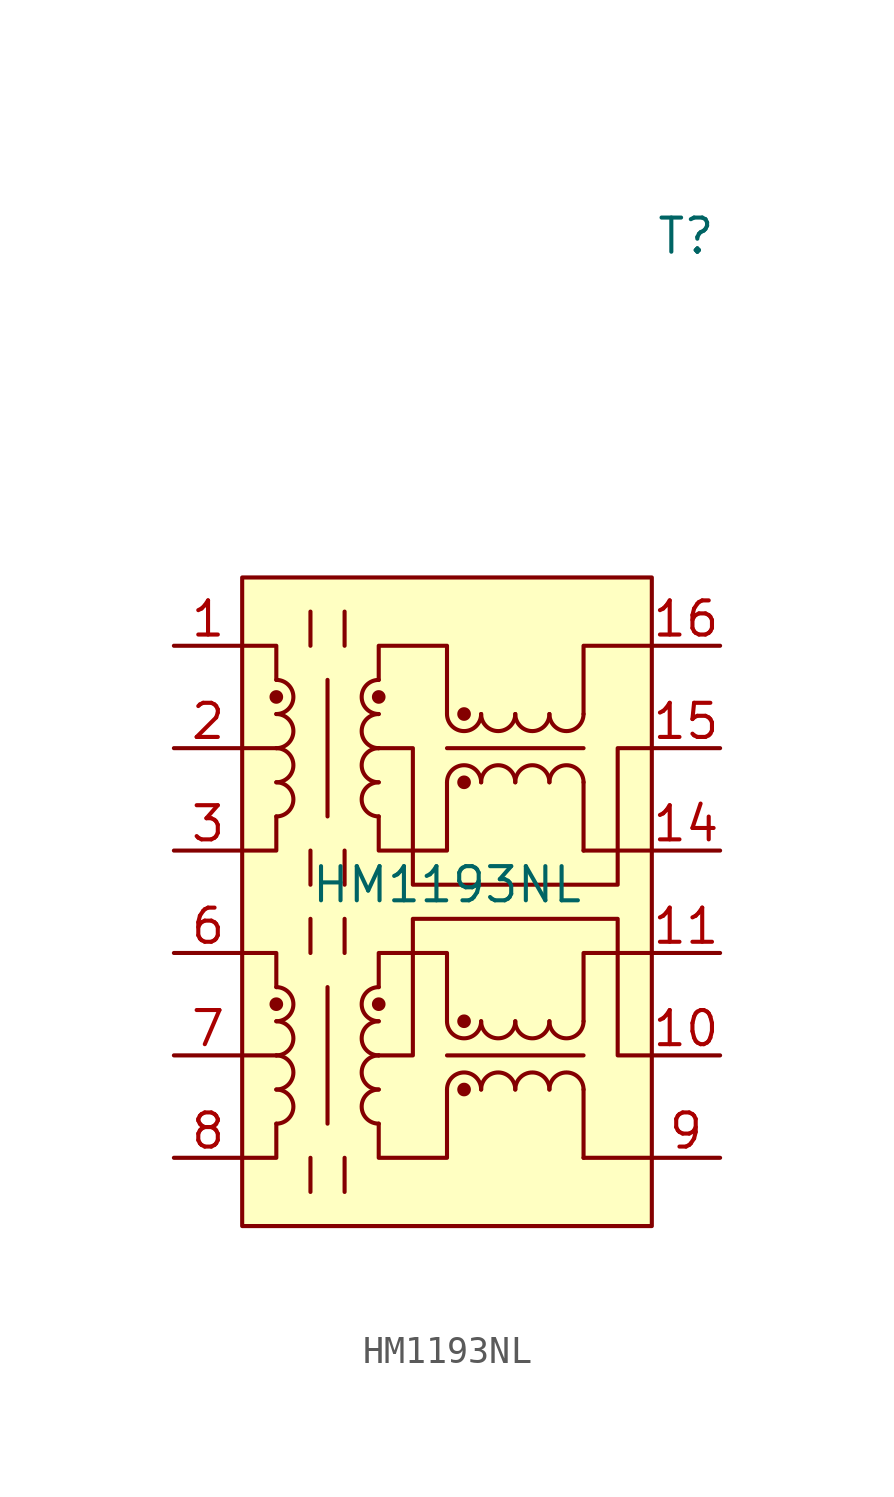
<source format=kicad_sym>
(kicad_symbol_lib
  (version 20220914)
  (generator kicad_symbol_editor)
  (symbol "HM1193NL"
    (property "Reference" "T"
      (at 8.89 24.13 0)
      (effects (font (size 1.27 1.27))))
    (property "Value" "HM1193NL"
      (at 0 0 0)
      (effects (font (size 1.27 1.27))))
    (symbol "HM1193NL_0_1"
      (rectangle (start -7.62 11.43) (end 7.62 -12.7) (stroke (width 0) (type default)) (fill (type background)))
      (arc (start -6.35 5.08) (mid -5.7177 5.715) (end -6.35 6.35) (stroke (width 0) (type default)) (fill (type none)))
      (arc (start -6.35 6.35) (mid -5.7177 6.985) (end -6.35 7.62) (stroke (width 0) (type default)) (fill (type none)))
      (circle (center -6.35 6.985) (radius 0.178) (stroke (width 0) (type default)) (fill (type outline)))
      (circle (center -2.54 6.985) (radius 0.178) (stroke (width 0) (type default)) (fill (type outline)))
      (polyline (pts (xy -6.35 5.08) (xy -7.62 5.08)) (stroke (width 0) (type default)) (fill (type none)))
      (polyline (pts (xy -4.445 7.62) (xy -4.445 2.54)) (stroke (width 0) (type default)) (fill (type none)))
      (polyline (pts (xy 5.08 1.27) (xy 7.62 1.27)) (stroke (width 0) (type default)) (fill (type none)))
      (polyline (pts (xy 5.08 3.81) (xy 5.08 1.27)) (stroke (width 0) (type default)) (fill (type none)))
      (polyline (pts (xy -6.35 2.54) (xy -6.35 1.27) (xy -7.62 1.27)) (stroke (width 0) (type default)) (fill (type none)))
      (polyline (pts (xy -6.35 7.62) (xy -6.35 8.89) (xy -7.62 8.89)) (stroke (width 0) (type default)) (fill (type none)))
      (polyline (pts (xy 5.08 6.35) (xy 5.08 8.89) (xy 7.62 8.89)) (stroke (width 0) (type default)) (fill (type none)))
      (polyline (pts (xy -2.54 2.54) (xy -2.54 1.27) (xy 0 1.27) (xy 0 3.81)) (stroke (width 0) (type default)) (fill (type none)))
      (polyline (pts (xy -2.54 7.62) (xy -2.54 8.89) (xy 0 8.89) (xy 0 6.35)) (stroke (width 0) (type default)) (fill (type none)))
      (polyline (pts (xy 7.62 5.08) (xy 6.35 5.08) (xy 6.35 0) (xy -1.27 0) (xy -1.27 5.08) (xy -2.54 5.08)) (stroke (width 0) (type default)) (fill (type none))))
    (symbol "HM1193NL_1_1"
      (arc (start -6.35 -8.89) (mid -5.7177 -8.255) (end -6.35 -7.62) (stroke (width 0) (type default)) (fill (type none)))
      (arc (start -6.35 -7.62) (mid -5.7177 -6.985) (end -6.35 -6.35) (stroke (width 0) (type default)) (fill (type none)))
      (arc (start -6.35 -6.35) (mid -5.7177 -5.715) (end -6.35 -5.08) (stroke (width 0) (type default)) (fill (type none)))
      (arc (start -6.35 -5.08) (mid -5.7177 -4.445) (end -6.35 -3.81) (stroke (width 0) (type default)) (fill (type none)))
      (circle (center -6.35 -4.445) (radius 0.178) (stroke (width 0) (type default)) (fill (type outline)))
      (arc (start -6.35 2.54) (mid -5.7177 3.175) (end -6.35 3.81) (stroke (width 0) (type default)) (fill (type none)))
      (arc (start -6.35 3.81) (mid -5.7177 4.445) (end -6.35 5.08) (stroke (width 0) (type default)) (fill (type none)))
      (arc (start -2.54 -7.62) (mid -3.1723 -8.255) (end -2.54 -8.89) (stroke (width 0) (type default)) (fill (type none)))
      (arc (start -2.54 -6.35) (mid -3.1723 -6.985) (end -2.54 -7.62) (stroke (width 0) (type default)) (fill (type none)))
      (arc (start -2.54 -5.08) (mid -3.1723 -5.715) (end -2.54 -6.35) (stroke (width 0) (type default)) (fill (type none)))
      (circle (center -2.54 -4.445) (radius 0.178) (stroke (width 0) (type default)) (fill (type outline)))
      (arc (start -2.54 -3.81) (mid -3.1723 -4.445) (end -2.54 -5.08) (stroke (width 0) (type default)) (fill (type none)))
      (arc (start -2.54 3.81) (mid -3.1723 3.175) (end -2.54 2.54) (stroke (width 0) (type default)) (fill (type none)))
      (arc (start -2.54 5.08) (mid -3.1723 4.445) (end -2.54 3.81) (stroke (width 0) (type default)) (fill (type none)))
      (arc (start -2.54 6.35) (mid -3.1723 5.715) (end -2.54 5.08) (stroke (width 0) (type default)) (fill (type none)))
      (arc (start -2.54 7.62) (mid -3.1723 6.985) (end -2.54 6.35) (stroke (width 0) (type default)) (fill (type none)))
      (arc (start 0 -5.08) (mid 0.635 -5.7123) (end 1.27 -5.08) (stroke (width 0) (type default)) (fill (type none)))
      (polyline (pts (xy -6.35 -6.35) (xy -7.62 -6.35)) (stroke (width 0) (type default)) (fill (type none)))
      (polyline (pts (xy -5.08 -10.16) (xy -5.08 -11.43)) (stroke (width 0) (type default)) (fill (type none)))
      (polyline (pts (xy -5.08 -1.27) (xy -5.08 -2.54)) (stroke (width 0) (type default)) (fill (type none)))
      (polyline (pts (xy -5.08 1.27) (xy -5.08 0)) (stroke (width 0) (type default)) (fill (type none)))
      (polyline (pts (xy -5.08 10.16) (xy -5.08 8.89)) (stroke (width 0) (type default)) (fill (type none)))
      (polyline (pts (xy -4.445 -3.81) (xy -4.445 -8.89)) (stroke (width 0) (type default)) (fill (type none)))
      (polyline (pts (xy -3.81 -10.16) (xy -3.81 -11.43)) (stroke (width 0) (type default)) (fill (type none)))
      (polyline (pts (xy -3.81 -1.27) (xy -3.81 -2.54)) (stroke (width 0) (type default)) (fill (type none)))
      (polyline (pts (xy -3.81 1.27) (xy -3.81 0)) (stroke (width 0) (type default)) (fill (type none)))
      (polyline (pts (xy -3.81 10.16) (xy -3.81 8.89)) (stroke (width 0) (type default)) (fill (type none)))
      (polyline (pts (xy 0 -6.35) (xy 5.08 -6.35)) (stroke (width 0) (type default)) (fill (type none)))
      (polyline (pts (xy 0 5.08) (xy 5.08 5.08)) (stroke (width 0) (type default)) (fill (type none)))
      (polyline (pts (xy 5.08 -10.16) (xy 7.62 -10.16)) (stroke (width 0) (type default)) (fill (type none)))
      (polyline (pts (xy 5.08 -7.62) (xy 5.08 -10.16)) (stroke (width 0) (type default)) (fill (type none)))
      (polyline (pts (xy -6.35 -8.89) (xy -6.35 -10.16) (xy -7.62 -10.16)) (stroke (width 0) (type default)) (fill (type none)))
      (polyline (pts (xy -6.35 -3.81) (xy -6.35 -2.54) (xy -7.62 -2.54)) (stroke (width 0) (type default)) (fill (type none)))
      (polyline (pts (xy 5.08 -5.08) (xy 5.08 -2.54) (xy 7.62 -2.54)) (stroke (width 0) (type default)) (fill (type none)))
      (polyline (pts (xy -2.54 -8.89) (xy -2.54 -10.16) (xy 0 -10.16) (xy 0 -7.62)) (stroke (width 0) (type default)) (fill (type none)))
      (polyline (pts (xy -2.54 -3.81) (xy -2.54 -2.54) (xy 0 -2.54) (xy 0 -5.08)) (stroke (width 0) (type default)) (fill (type none)))
      (polyline (pts (xy 7.62 -6.35) (xy 6.35 -6.35) (xy 6.35 -1.27) (xy -1.27 -1.27) (xy -1.27 -6.35) (xy -2.54 -6.35)) (stroke (width 0) (type default)) (fill (type none)))
      (arc (start 0 6.35) (mid 0.635 5.7177) (end 1.27 6.35) (stroke (width 0) (type default)) (fill (type none)))
      (circle (center 0.635 -7.62) (radius 0.178) (stroke (width 0) (type default)) (fill (type outline)))
      (circle (center 0.635 -5.08) (radius 0.178) (stroke (width 0) (type default)) (fill (type outline)))
      (circle (center 0.635 3.81) (radius 0.178) (stroke (width 0) (type default)) (fill (type outline)))
      (circle (center 0.635 6.35) (radius 0.178) (stroke (width 0) (type default)) (fill (type outline)))
      (arc (start 1.27 -7.62) (mid 0.635 -6.9877) (end 0 -7.62) (stroke (width 0) (type default)) (fill (type none)))
      (arc (start 1.27 -5.08) (mid 1.905 -5.7123) (end 2.54 -5.08) (stroke (width 0) (type default)) (fill (type none)))
      (arc (start 1.27 3.81) (mid 0.635 4.4423) (end 0 3.81) (stroke (width 0) (type default)) (fill (type none)))
      (arc (start 1.27 6.35) (mid 1.905 5.7177) (end 2.54 6.35) (stroke (width 0) (type default)) (fill (type none)))
      (arc (start 2.54 -7.62) (mid 1.905 -6.9877) (end 1.27 -7.62) (stroke (width 0) (type default)) (fill (type none)))
      (arc (start 2.54 -5.08) (mid 3.175 -5.7123) (end 3.81 -5.08) (stroke (width 0) (type default)) (fill (type none)))
      (arc (start 2.54 3.81) (mid 1.905 4.4423) (end 1.27 3.81) (stroke (width 0) (type default)) (fill (type none)))
      (arc (start 2.54 6.35) (mid 3.175 5.7177) (end 3.81 6.35) (stroke (width 0) (type default)) (fill (type none)))
      (arc (start 3.81 -7.62) (mid 3.175 -6.9877) (end 2.54 -7.62) (stroke (width 0) (type default)) (fill (type none)))
      (arc (start 3.81 -5.08) (mid 4.445 -5.7123) (end 5.08 -5.08) (stroke (width 0) (type default)) (fill (type none)))
      (arc (start 3.81 3.81) (mid 3.175 4.4423) (end 2.54 3.81) (stroke (width 0) (type default)) (fill (type none)))
      (arc (start 3.81 6.35) (mid 4.445 5.7177) (end 5.08 6.35) (stroke (width 0) (type default)) (fill (type none)))
      (arc (start 5.08 -7.62) (mid 4.445 -6.9877) (end 3.81 -7.62) (stroke (width 0) (type default)) (fill (type none)))
      (arc (start 5.08 3.81) (mid 4.445 4.4423) (end 3.81 3.81) (stroke (width 0) (type default)) (fill (type none)))
      (pin input line (at -10.16 8.89 0) (length 2.54) (name "~" (effects (font (size 1.27 1.27)))) (number "1" (effects (font (size 1.27 1.27)))))
      (pin input line (at 10.16 -6.35 180) (length 2.54) (name "~" (effects (font (size 1.27 1.27)))) (number "10" (effects (font (size 1.27 1.27)))))
      (pin input line (at 10.16 -2.54 180) (length 2.54) (name "~" (effects (font (size 1.27 1.27)))) (number "11" (effects (font (size 1.27 1.27)))))
      (pin input line (at 10.16 1.27 180) (length 2.54) (name "~" (effects (font (size 1.27 1.27)))) (number "14" (effects (font (size 1.27 1.27)))))
      (pin input line (at 10.16 5.08 180) (length 2.54) (name "~" (effects (font (size 1.27 1.27)))) (number "15" (effects (font (size 1.27 1.27)))))
      (pin input line (at 10.16 8.89 180) (length 2.54) (name "~" (effects (font (size 1.27 1.27)))) (number "16" (effects (font (size 1.27 1.27)))))
      (pin input line (at -10.16 5.08 0) (length 2.54) (name "~" (effects (font (size 1.27 1.27)))) (number "2" (effects (font (size 1.27 1.27)))))
      (pin input line (at -10.16 1.27 0) (length 2.54) (name "~" (effects (font (size 1.27 1.27)))) (number "3" (effects (font (size 1.27 1.27)))))
      (pin input line (at -10.16 -2.54 0) (length 2.54) (name "~" (effects (font (size 1.27 1.27)))) (number "6" (effects (font (size 1.27 1.27)))))
      (pin input line (at -10.16 -6.35 0) (length 2.54) (name "~" (effects (font (size 1.27 1.27)))) (number "7" (effects (font (size 1.27 1.27)))))
      (pin input line (at -10.16 -10.16 0) (length 2.54) (name "~" (effects (font (size 1.27 1.27)))) (number "8" (effects (font (size 1.27 1.27)))))
      (pin input line (at 10.16 -10.16 180) (length 2.54) (name "~" (effects (font (size 1.27 1.27)))) (number "9" (effects (font (size 1.27 1.27))))))))
</source>
